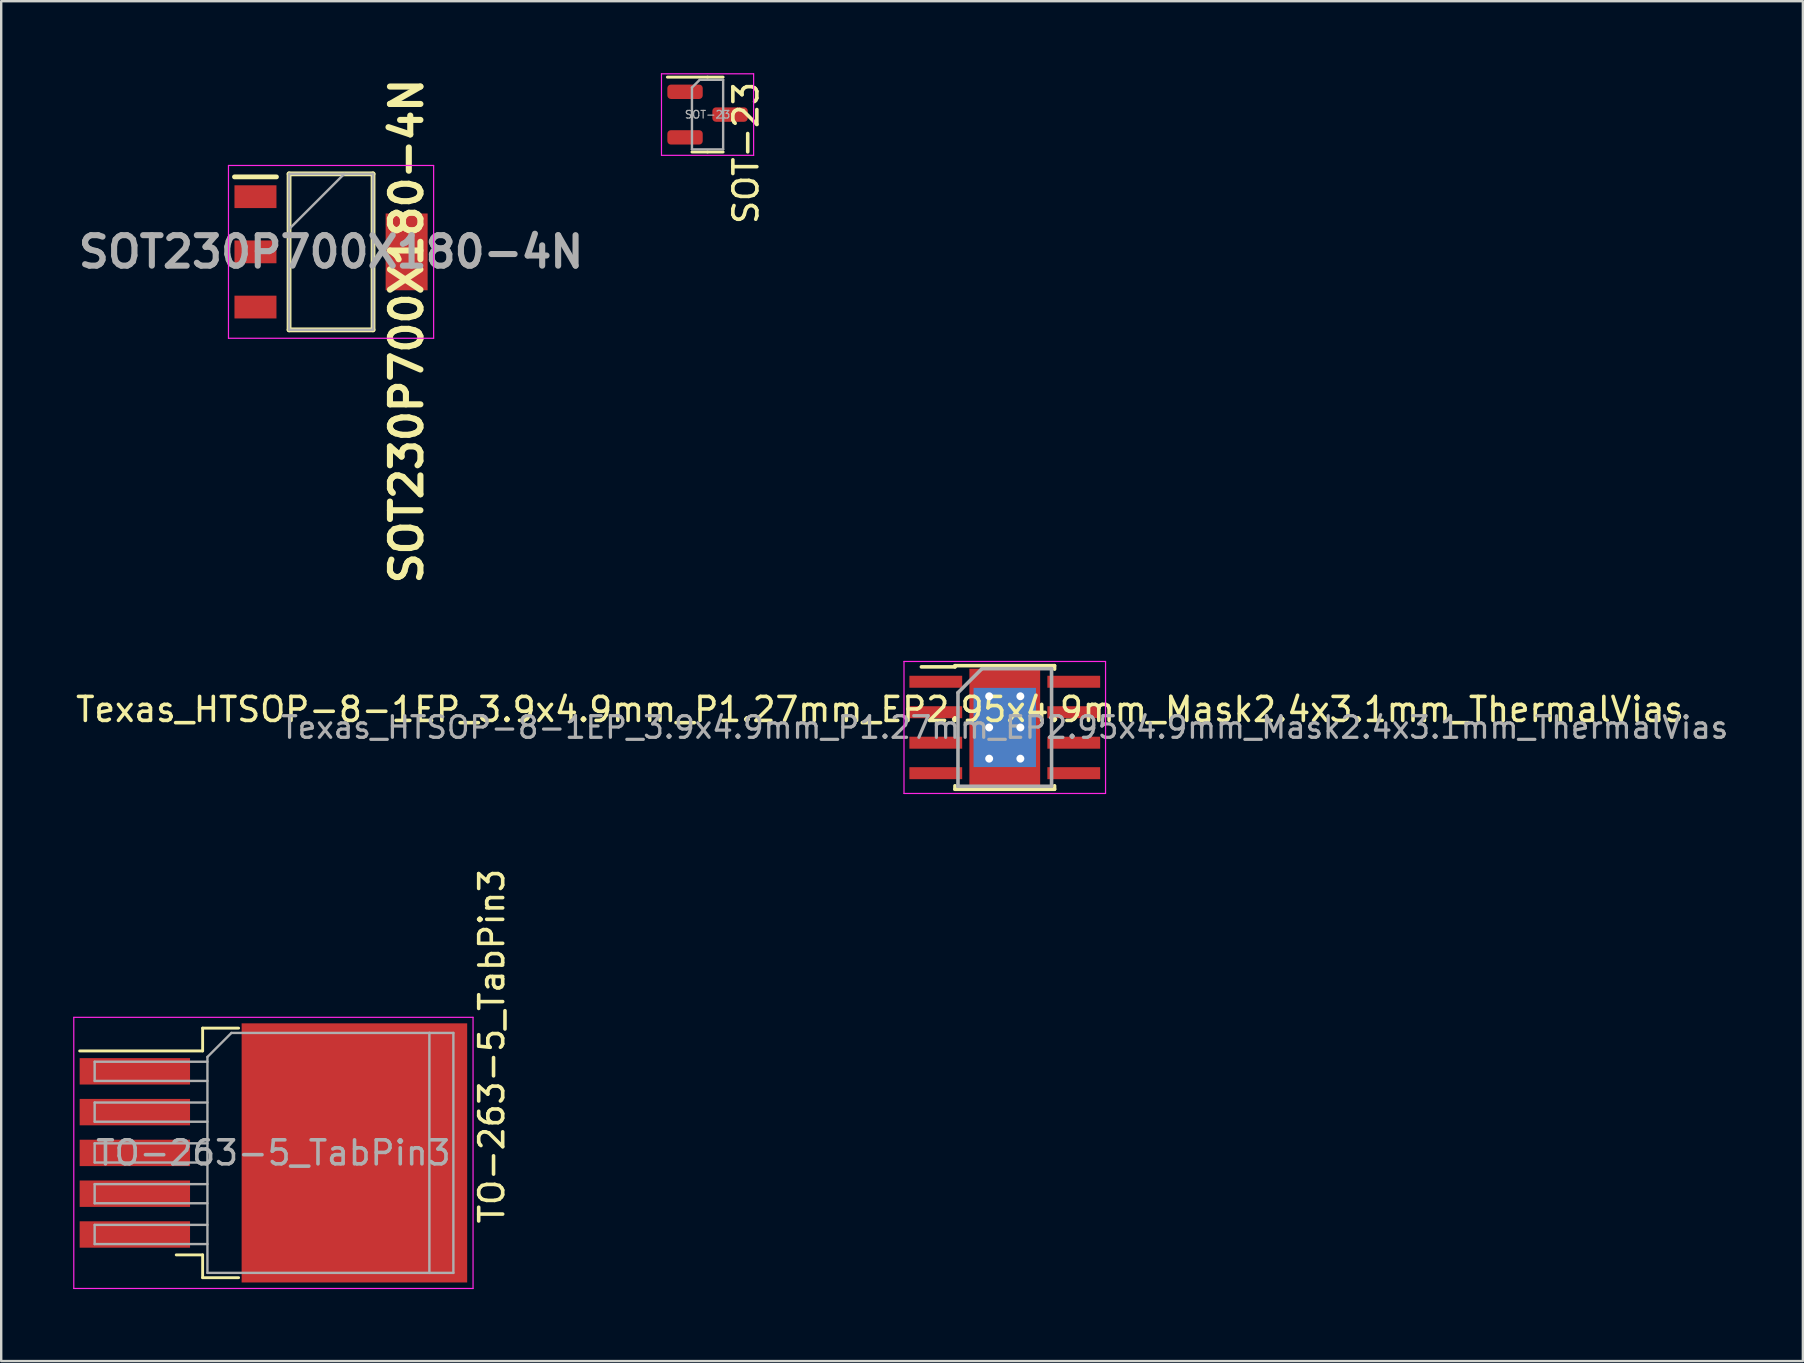
<source format=kicad_pcb>
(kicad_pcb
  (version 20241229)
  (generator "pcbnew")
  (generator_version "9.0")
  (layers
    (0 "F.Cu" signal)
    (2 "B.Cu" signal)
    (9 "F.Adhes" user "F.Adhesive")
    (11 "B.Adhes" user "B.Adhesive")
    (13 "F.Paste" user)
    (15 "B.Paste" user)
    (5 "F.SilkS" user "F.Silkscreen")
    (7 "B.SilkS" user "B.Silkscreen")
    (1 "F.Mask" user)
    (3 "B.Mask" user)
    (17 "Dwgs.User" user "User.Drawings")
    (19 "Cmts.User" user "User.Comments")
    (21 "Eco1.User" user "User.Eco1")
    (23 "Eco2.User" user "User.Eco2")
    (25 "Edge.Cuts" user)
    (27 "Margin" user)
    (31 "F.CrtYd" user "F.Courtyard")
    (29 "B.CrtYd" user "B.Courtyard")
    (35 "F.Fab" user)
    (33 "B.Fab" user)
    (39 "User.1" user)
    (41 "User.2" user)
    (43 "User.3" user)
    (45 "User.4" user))
  (footprint "SOT230P700X180-4N"
    (layer "F.Cu")
    (at 10.747 7.447)
    (property "Reference" "SOT230P700X180-4N" (at 3.15 3.3 90) (layer "F.SilkS") (effects (font (size 1.27 1.27) (thickness 0.254))))
    (attr smd)
    (fp_line (start -4.025 -3.125) (end -2.275 -3.125) (stroke (width 0.2) (type solid)) (layer "F.SilkS"))
    (fp_line (start -1.75 -3.25) (end 1.75 -3.25) (stroke (width 0.2) (type solid)) (layer "F.SilkS"))
    (fp_line (start -1.75 3.25) (end -1.75 -3.25) (stroke (width 0.2) (type solid)) (layer "F.SilkS"))
    (fp_line (start 1.75 -3.25) (end 1.75 3.25) (stroke (width 0.2) (type solid)) (layer "F.SilkS"))
    (fp_line (start 1.75 3.25) (end -1.75 3.25) (stroke (width 0.2) (type solid)) (layer "F.SilkS"))
    (fp_line (start -4.275 -3.6) (end 4.275 -3.6) (stroke (width 0.05) (type solid)) (layer "F.CrtYd"))
    (fp_line (start -4.275 3.6) (end -4.275 -3.6) (stroke (width 0.05) (type solid)) (layer "F.CrtYd"))
    (fp_line (start 4.275 -3.6) (end 4.275 3.6) (stroke (width 0.05) (type solid)) (layer "F.CrtYd"))
    (fp_line (start 4.275 3.6) (end -4.275 3.6) (stroke (width 0.05) (type solid)) (layer "F.CrtYd"))
    (fp_line (start -1.75 -3.25) (end 1.75 -3.25) (stroke (width 0.1) (type solid)) (layer "F.Fab"))
    (fp_line (start -1.75 -0.95) (end 0.55 -3.25) (stroke (width 0.1) (type solid)) (layer "F.Fab"))
    (fp_line (start -1.75 3.25) (end -1.75 -3.25) (stroke (width 0.1) (type solid)) (layer "F.Fab"))
    (fp_line (start 1.75 -3.25) (end 1.75 3.25) (stroke (width 0.1) (type solid)) (layer "F.Fab"))
    (fp_line (start 1.75 3.25) (end -1.75 3.25) (stroke (width 0.1) (type solid)) (layer "F.Fab"))
    (fp_text user "${REFERENCE}" (at 0 0 0) (layer "F.Fab") (effects (font (size 1.27 1.27) (thickness 0.254))))
    (pad "1" smd rect (at -3.15 -2.3 270) (size 0.95 1.75) (layers "F.Cu" "F.Mask" "F.Paste"))
    (pad "2" smd rect (at -3.15 0 270) (size 0.95 1.75) (layers "F.Cu" "F.Mask" "F.Paste"))
    (pad "3" smd rect (at -3.15 2.3 270) (size 0.95 1.75) (layers "F.Cu" "F.Mask" "F.Paste"))
    (pad "4" smd rect (at 3.15 0 180) (size 1.75 3.2) (layers "F.Cu" "F.Mask" "F.Paste")))
  (footprint "Texas_HTSOP-8-1EP_3.9x4.9mm_P1.27mm_EP2.95x4.9mm_Mask2.4x3.1mm_ThermalVias"
    (layer "F.Cu")
    (at 38.825 27.268)
    (property "Reference" "Texas_HTSOP-8-1EP_3.9x4.9mm_P1.27mm_EP2.95x4.9mm_Mask2.4x3.1mm_ThermalVias" (at -5.2 -0.75 0) (layer "F.SilkS") (effects (font (size 1 1) (thickness 0.15))))
    (attr smd)
    (fp_line (start -2.075 -2.575) (end -2.075 -2.525) (stroke (width 0.15) (type solid)) (layer "F.SilkS"))
    (fp_line (start -2.075 -2.575) (end 2.075 -2.575) (stroke (width 0.15) (type solid)) (layer "F.SilkS"))
    (fp_line (start -2.075 -2.525) (end -3.475 -2.525) (stroke (width 0.15) (type solid)) (layer "F.SilkS"))
    (fp_line (start -2.075 2.575) (end -2.075 2.43) (stroke (width 0.15) (type solid)) (layer "F.SilkS"))
    (fp_line (start -2.075 2.575) (end 2.075 2.575) (stroke (width 0.15) (type solid)) (layer "F.SilkS"))
    (fp_line (start 2.075 -2.575) (end 2.075 -2.43) (stroke (width 0.15) (type solid)) (layer "F.SilkS"))
    (fp_line (start 2.075 2.575) (end 2.075 2.43) (stroke (width 0.15) (type solid)) (layer "F.SilkS"))
    (fp_line (start -4.2 -2.75) (end -4.2 2.75) (stroke (width 0.05) (type solid)) (layer "F.CrtYd"))
    (fp_line (start -4.2 -2.75) (end 4.2 -2.75) (stroke (width 0.05) (type solid)) (layer "F.CrtYd"))
    (fp_line (start -4.2 2.75) (end 4.2 2.75) (stroke (width 0.05) (type solid)) (layer "F.CrtYd"))
    (fp_line (start 4.2 -2.75) (end 4.2 2.75) (stroke (width 0.05) (type solid)) (layer "F.CrtYd"))
    (fp_line (start -1.95 -1.45) (end -0.95 -2.45) (stroke (width 0.15) (type solid)) (layer "F.Fab"))
    (fp_line (start -1.95 2.45) (end -1.95 -1.45) (stroke (width 0.15) (type solid)) (layer "F.Fab"))
    (fp_line (start -0.95 -2.45) (end 1.95 -2.45) (stroke (width 0.15) (type solid)) (layer "F.Fab"))
    (fp_line (start 1.95 -2.45) (end 1.95 2.45) (stroke (width 0.15) (type solid)) (layer "F.Fab"))
    (fp_line (start 1.95 2.45) (end -1.95 2.45) (stroke (width 0.15) (type solid)) (layer "F.Fab"))
    (fp_text user "${REFERENCE}" (at 0 0 0) (layer "F.Fab") (effects (font (size 0.9 0.9) (thickness 0.135))))
    (pad "" smd rect (at 0 0 180) (size 2.4 3.1) (layers "F.Mask"))
    (pad "" smd rect (at 0 0 180) (size 2.4 3.1) (layers "F.Paste"))
    (pad "1" smd rect (at -2.875 -1.905 180) (size 2.2 0.5) (layers "F.Cu" "F.Mask" "F.Paste"))
    (pad "2" smd rect (at -2.875 -0.635 180) (size 2.2 0.5) (layers "F.Cu" "F.Mask" "F.Paste"))
    (pad "3" smd rect (at -2.875 0.635 180) (size 2.2 0.5) (layers "F.Cu" "F.Mask" "F.Paste"))
    (pad "4" smd rect (at -2.875 1.905 180) (size 2.2 0.5) (layers "F.Cu" "F.Mask" "F.Paste"))
    (pad "5" smd rect (at 2.875 1.905 180) (size 2.2 0.5) (layers "F.Cu" "F.Mask" "F.Paste"))
    (pad "6" smd rect (at 2.875 0.635 180) (size 2.2 0.5) (layers "F.Cu" "F.Mask" "F.Paste"))
    (pad "7" smd rect (at 2.875 -0.635 180) (size 2.2 0.5) (layers "F.Cu" "F.Mask" "F.Paste"))
    (pad "8" smd rect (at 2.875 -1.905 180) (size 2.2 0.5) (layers "F.Cu" "F.Mask" "F.Paste"))
    (pad "9" thru_hole circle (at -0.65 -1.3 180) (size 0.63 0.63) (drill 0.33) (layers "*.Cu" "*.Mask"))
    (pad "9" thru_hole circle (at -0.65 0 180) (size 0.63 0.63) (drill 0.33) (layers "*.Cu" "*.Mask"))
    (pad "9" thru_hole circle (at -0.65 1.3 180) (size 0.63 0.63) (drill 0.33) (layers "*.Cu" "*.Mask"))
    (pad "9" smd rect (at 0 0 180) (size 2.6 3.3) (layers "B.Cu"))
    (pad "9" smd rect (at 0 0 180) (size 2.95 4.9) (layers "F.Cu"))
    (pad "9" thru_hole circle (at 0.65 -1.3 180) (size 0.63 0.63) (drill 0.33) (layers "*.Cu" "*.Mask"))
    (pad "9" thru_hole circle (at 0.65 0 180) (size 0.63 0.63) (drill 0.33) (layers "*.Cu" "*.Mask"))
    (pad "9" thru_hole circle (at 0.65 1.3 180) (size 0.63 0.63) (drill 0.33) (layers "*.Cu" "*.Mask")))
  (footprint "SOT-23"
    (layer "F.Cu")
    (at 26.438 1.725)
    (property "Reference" "SOT-23" (at 1.6 1.6 90) (layer "F.SilkS") (effects (font (size 1 1) (thickness 0.15))))
    (attr smd)
    (fp_line (start 0 -1.56) (end -1.675 -1.56) (stroke (width 0.12) (type solid)) (layer "F.SilkS"))
    (fp_line (start 0 -1.56) (end 0.65 -1.56) (stroke (width 0.12) (type solid)) (layer "F.SilkS"))
    (fp_line (start 0 1.56) (end -0.65 1.56) (stroke (width 0.12) (type solid)) (layer "F.SilkS"))
    (fp_line (start 0 1.56) (end 0.65 1.56) (stroke (width 0.12) (type solid)) (layer "F.SilkS"))
    (fp_line (start -1.92 -1.7) (end -1.92 1.7) (stroke (width 0.05) (type solid)) (layer "F.CrtYd"))
    (fp_line (start -1.92 1.7) (end 1.92 1.7) (stroke (width 0.05) (type solid)) (layer "F.CrtYd"))
    (fp_line (start 1.92 -1.7) (end -1.92 -1.7) (stroke (width 0.05) (type solid)) (layer "F.CrtYd"))
    (fp_line (start 1.92 1.7) (end 1.92 -1.7) (stroke (width 0.05) (type solid)) (layer "F.CrtYd"))
    (fp_line (start -0.65 -1.125) (end -0.325 -1.45) (stroke (width 0.1) (type solid)) (layer "F.Fab"))
    (fp_line (start -0.65 1.45) (end -0.65 -1.125) (stroke (width 0.1) (type solid)) (layer "F.Fab"))
    (fp_line (start -0.325 -1.45) (end 0.65 -1.45) (stroke (width 0.1) (type solid)) (layer "F.Fab"))
    (fp_line (start 0.65 -1.45) (end 0.65 1.45) (stroke (width 0.1) (type solid)) (layer "F.Fab"))
    (fp_line (start 0.65 1.45) (end -0.65 1.45) (stroke (width 0.1) (type solid)) (layer "F.Fab"))
    (fp_text user "${REFERENCE}" (at 0 0 0) (layer "F.Fab") (effects (font (size 0.32 0.32) (thickness 0.05))))
    (pad "1" smd roundrect (at -0.938 -0.95 180) (size 1.475 0.6) (layers "F.Cu" "F.Mask" "F.Paste") (roundrect_rratio 0.25))
    (pad "2" smd roundrect (at -0.938 0.95 180) (size 1.475 0.6) (layers "F.Cu" "F.Mask" "F.Paste") (roundrect_rratio 0.25))
    (pad "3" smd roundrect (at 0.938 0 180) (size 1.475 0.6) (layers "F.Cu" "F.Mask" "F.Paste") (roundrect_rratio 0.25)))
  (footprint "TO-263-5_TabPin3"
    (layer "F.Cu")
    (at 8.345 44.999)
    (property "Reference" "TO-263-5_TabPin3" (at 9.1 -4.45 90) (layer "F.SilkS") (effects (font (size 1 1) (thickness 0.15))))
    (attr smd)
    (fp_line (start -2.95 -5.2) (end -2.95 -4.25) (stroke (width 0.12) (type solid)) (layer "F.SilkS"))
    (fp_line (start -2.95 -4.25) (end -8.075 -4.25) (stroke (width 0.12) (type solid)) (layer "F.SilkS"))
    (fp_line (start -2.95 4.25) (end -4.05 4.25) (stroke (width 0.12) (type solid)) (layer "F.SilkS"))
    (fp_line (start -2.95 5.2) (end -2.95 4.25) (stroke (width 0.12) (type solid)) (layer "F.SilkS"))
    (fp_line (start -1.45 -5.2) (end -2.95 -5.2) (stroke (width 0.12) (type solid)) (layer "F.SilkS"))
    (fp_line (start -1.45 5.2) (end -2.95 5.2) (stroke (width 0.12) (type solid)) (layer "F.SilkS"))
    (fp_line (start -8.32 -5.65) (end -8.32 5.65) (stroke (width 0.05) (type solid)) (layer "F.CrtYd"))
    (fp_line (start -8.32 5.65) (end 8.32 5.65) (stroke (width 0.05) (type solid)) (layer "F.CrtYd"))
    (fp_line (start 8.32 -5.65) (end -8.32 -5.65) (stroke (width 0.05) (type solid)) (layer "F.CrtYd"))
    (fp_line (start 8.32 5.65) (end 8.32 -5.65) (stroke (width 0.05) (type solid)) (layer "F.CrtYd"))
    (fp_line (start -7.45 -3.8) (end -7.45 -3) (stroke (width 0.1) (type solid)) (layer "F.Fab"))
    (fp_line (start -7.45 -3) (end -2.75 -3) (stroke (width 0.1) (type solid)) (layer "F.Fab"))
    (fp_line (start -7.45 -2.1) (end -7.45 -1.3) (stroke (width 0.1) (type solid)) (layer "F.Fab"))
    (fp_line (start -7.45 -1.3) (end -2.75 -1.3) (stroke (width 0.1) (type solid)) (layer "F.Fab"))
    (fp_line (start -7.45 -0.4) (end -7.45 0.4) (stroke (width 0.1) (type solid)) (layer "F.Fab"))
    (fp_line (start -7.45 0.4) (end -2.75 0.4) (stroke (width 0.1) (type solid)) (layer "F.Fab"))
    (fp_line (start -7.45 1.3) (end -7.45 2.1) (stroke (width 0.1) (type solid)) (layer "F.Fab"))
    (fp_line (start -7.45 2.1) (end -2.75 2.1) (stroke (width 0.1) (type solid)) (layer "F.Fab"))
    (fp_line (start -7.45 3) (end -7.45 3.8) (stroke (width 0.1) (type solid)) (layer "F.Fab"))
    (fp_line (start -7.45 3.8) (end -2.75 3.8) (stroke (width 0.1) (type solid)) (layer "F.Fab"))
    (fp_line (start -2.75 -4) (end -1.75 -5) (stroke (width 0.1) (type solid)) (layer "F.Fab"))
    (fp_line (start -2.75 -3.8) (end -7.45 -3.8) (stroke (width 0.1) (type solid)) (layer "F.Fab"))
    (fp_line (start -2.75 -2.1) (end -7.45 -2.1) (stroke (width 0.1) (type solid)) (layer "F.Fab"))
    (fp_line (start -2.75 -0.4) (end -7.45 -0.4) (stroke (width 0.1) (type solid)) (layer "F.Fab"))
    (fp_line (start -2.75 1.3) (end -7.45 1.3) (stroke (width 0.1) (type solid)) (layer "F.Fab"))
    (fp_line (start -2.75 3) (end -7.45 3) (stroke (width 0.1) (type solid)) (layer "F.Fab"))
    (fp_line (start -2.75 5) (end -2.75 -4) (stroke (width 0.1) (type solid)) (layer "F.Fab"))
    (fp_line (start -1.75 -5) (end 6.5 -5) (stroke (width 0.1) (type solid)) (layer "F.Fab"))
    (fp_line (start 6.5 -5) (end 6.5 5) (stroke (width 0.1) (type solid)) (layer "F.Fab"))
    (fp_line (start 6.5 -5) (end 7.5 -5) (stroke (width 0.1) (type solid)) (layer "F.Fab"))
    (fp_line (start 6.5 5) (end -2.75 5) (stroke (width 0.1) (type solid)) (layer "F.Fab"))
    (fp_line (start 7.5 -5) (end 7.5 5) (stroke (width 0.1) (type solid)) (layer "F.Fab"))
    (fp_line (start 7.5 5) (end 6.5 5) (stroke (width 0.1) (type solid)) (layer "F.Fab"))
    (fp_text user "${REFERENCE}" (at 0 0 180) (layer "F.Fab") (effects (font (size 1 1) (thickness 0.15))))
    (pad "" smd rect (at 0.95 -2.775) (size 4.55 5.25) (layers "F.Paste"))
    (pad "" smd rect (at 0.95 2.775) (size 4.55 5.25) (layers "F.Paste"))
    (pad "" smd rect (at 5.8 -2.775) (size 4.55 5.25) (layers "F.Paste"))
    (pad "" smd rect (at 5.8 2.775) (size 4.55 5.25) (layers "F.Paste"))
    (pad "1" smd rect (at -5.775 -3.4) (size 4.6 1.1) (layers "F.Cu" "F.Mask" "F.Paste"))
    (pad "2" smd rect (at -5.775 -1.7) (size 4.6 1.1) (layers "F.Cu" "F.Mask" "F.Paste"))
    (pad "3" smd rect (at -5.775 0) (size 4.6 1.1) (layers "F.Cu" "F.Mask" "F.Paste"))
    (pad "3" smd rect (at 3.375 0) (size 9.4 10.8) (layers "F.Cu" "F.Mask"))
    (pad "4" smd rect (at -5.775 1.7) (size 4.6 1.1) (layers "F.Cu" "F.Mask" "F.Paste"))
    (pad "5" smd rect (at -5.775 3.4) (size 4.6 1.1) (layers "F.Cu" "F.Mask" "F.Paste")))
  (gr_rect
    (start -3 -3)
    (end 72.087 53.674)
    (stroke (width 0.1) (type default))
    (fill no)
    (layer "Edge.Cuts")))
</source>
